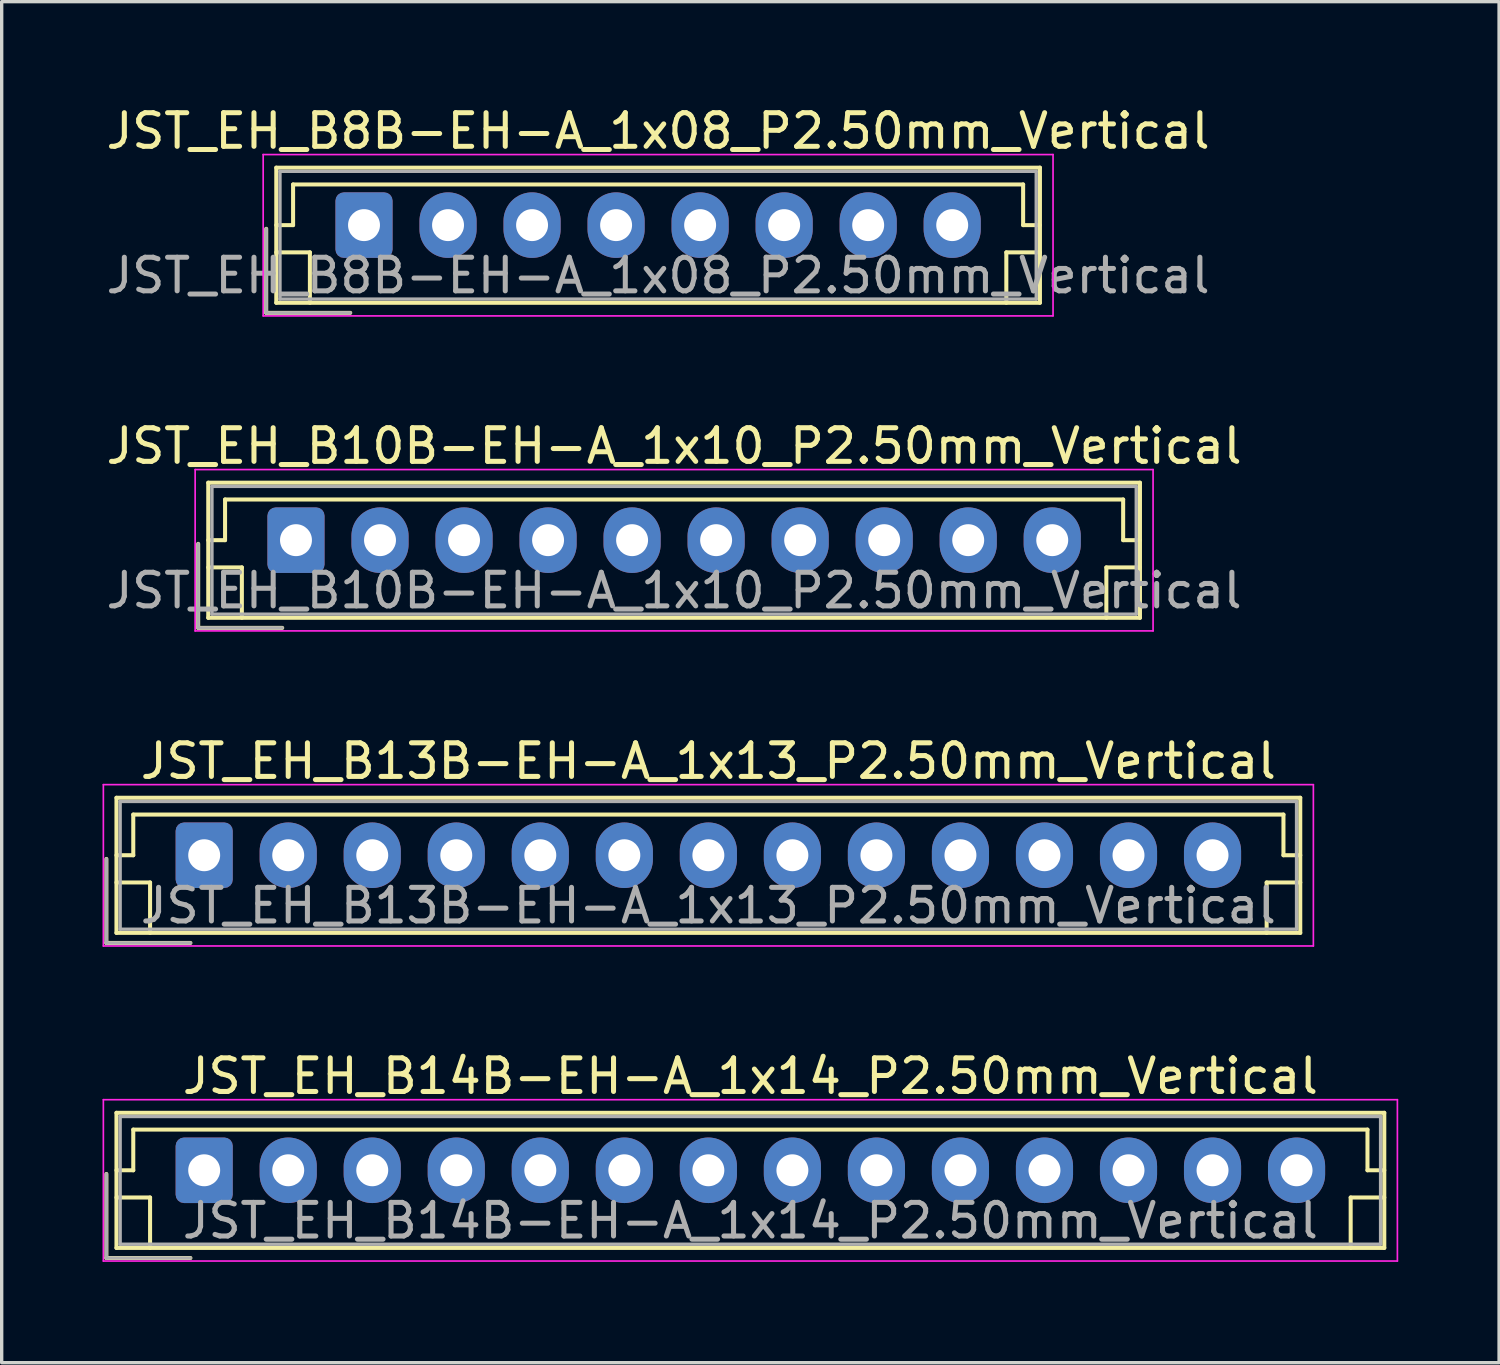
<source format=kicad_pcb>
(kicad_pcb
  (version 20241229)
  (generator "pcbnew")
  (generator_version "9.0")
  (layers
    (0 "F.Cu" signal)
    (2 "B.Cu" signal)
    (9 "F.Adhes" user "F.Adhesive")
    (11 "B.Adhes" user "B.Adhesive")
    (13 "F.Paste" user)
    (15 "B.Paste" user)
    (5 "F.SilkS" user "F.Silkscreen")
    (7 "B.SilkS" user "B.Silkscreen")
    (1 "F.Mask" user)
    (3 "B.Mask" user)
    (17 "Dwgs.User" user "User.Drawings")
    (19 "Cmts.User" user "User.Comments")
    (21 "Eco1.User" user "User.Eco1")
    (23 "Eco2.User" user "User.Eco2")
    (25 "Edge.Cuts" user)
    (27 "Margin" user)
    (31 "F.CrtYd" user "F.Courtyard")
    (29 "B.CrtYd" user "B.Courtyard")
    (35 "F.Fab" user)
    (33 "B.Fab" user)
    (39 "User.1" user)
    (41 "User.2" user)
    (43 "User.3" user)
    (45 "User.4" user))
  (footprint "JST_EH_B8B-EH-A_1x08_P2.50mm_Vertical"
    (layer "F.Cu")
    (at 7.78 3.648)
    (property "Reference" "JST_EH_B8B-EH-A_1x08_P2.50mm_Vertical" (at 8.75 -2.8 0) (layer "F.SilkS") (effects (font (size 1 1) (thickness 0.15))))
    (attr through_hole)
    (fp_line (start -2.91 0.11) (end -2.91 2.61) (stroke (width 0.12) (type solid)) (layer "F.SilkS"))
    (fp_line (start -2.91 2.61) (end -0.41 2.61) (stroke (width 0.12) (type solid)) (layer "F.SilkS"))
    (fp_line (start -2.61 -1.71) (end -2.61 2.31) (stroke (width 0.12) (type solid)) (layer "F.SilkS"))
    (fp_line (start -2.61 0) (end -2.11 0) (stroke (width 0.12) (type solid)) (layer "F.SilkS"))
    (fp_line (start -2.61 0.81) (end -1.61 0.81) (stroke (width 0.12) (type solid)) (layer "F.SilkS"))
    (fp_line (start -2.61 2.31) (end 20.11 2.31) (stroke (width 0.12) (type solid)) (layer "F.SilkS"))
    (fp_line (start -2.11 -1.21) (end 19.61 -1.21) (stroke (width 0.12) (type solid)) (layer "F.SilkS"))
    (fp_line (start -2.11 0) (end -2.11 -1.21) (stroke (width 0.12) (type solid)) (layer "F.SilkS"))
    (fp_line (start -1.61 0.81) (end -1.61 2.31) (stroke (width 0.12) (type solid)) (layer "F.SilkS"))
    (fp_line (start 19.11 0.81) (end 19.11 2.31) (stroke (width 0.12) (type solid)) (layer "F.SilkS"))
    (fp_line (start 19.61 -1.21) (end 19.61 0) (stroke (width 0.12) (type solid)) (layer "F.SilkS"))
    (fp_line (start 19.61 0) (end 20.11 0) (stroke (width 0.12) (type solid)) (layer "F.SilkS"))
    (fp_line (start 20.11 -1.71) (end -2.61 -1.71) (stroke (width 0.12) (type solid)) (layer "F.SilkS"))
    (fp_line (start 20.11 0.81) (end 19.11 0.81) (stroke (width 0.12) (type solid)) (layer "F.SilkS"))
    (fp_line (start 20.11 2.31) (end 20.11 -1.71) (stroke (width 0.12) (type solid)) (layer "F.SilkS"))
    (fp_line (start -3 -2.1) (end -3 2.7) (stroke (width 0.05) (type solid)) (layer "F.CrtYd"))
    (fp_line (start -3 2.7) (end 20.5 2.7) (stroke (width 0.05) (type solid)) (layer "F.CrtYd"))
    (fp_line (start 20.5 -2.1) (end -3 -2.1) (stroke (width 0.05) (type solid)) (layer "F.CrtYd"))
    (fp_line (start 20.5 2.7) (end 20.5 -2.1) (stroke (width 0.05) (type solid)) (layer "F.CrtYd"))
    (fp_line (start -2.91 0.11) (end -2.91 2.61) (stroke (width 0.1) (type solid)) (layer "F.Fab"))
    (fp_line (start -2.91 2.61) (end -0.41 2.61) (stroke (width 0.1) (type solid)) (layer "F.Fab"))
    (fp_line (start -2.5 -1.6) (end -2.5 2.2) (stroke (width 0.1) (type solid)) (layer "F.Fab"))
    (fp_line (start -2.5 2.2) (end 20 2.2) (stroke (width 0.1) (type solid)) (layer "F.Fab"))
    (fp_line (start 20 -1.6) (end -2.5 -1.6) (stroke (width 0.1) (type solid)) (layer "F.Fab"))
    (fp_line (start 20 2.2) (end 20 -1.6) (stroke (width 0.1) (type solid)) (layer "F.Fab"))
    (fp_text user "${REFERENCE}" (at 8.75 1.5 0) (layer "F.Fab") (effects (font (size 1 1) (thickness 0.15))))
    (pad "1" thru_hole roundrect (at 0 0) (size 1.7 1.95) (drill 0.95) (layers "*.Cu" "*.Mask") (roundrect_rratio 0.147))
    (pad "2" thru_hole oval (at 2.5 0) (size 1.7 1.95) (drill 0.95) (layers "*.Cu" "*.Mask"))
    (pad "3" thru_hole oval (at 5 0) (size 1.7 1.95) (drill 0.95) (layers "*.Cu" "*.Mask"))
    (pad "4" thru_hole oval (at 7.5 0) (size 1.7 1.95) (drill 0.95) (layers "*.Cu" "*.Mask"))
    (pad "5" thru_hole oval (at 10 0) (size 1.7 1.95) (drill 0.95) (layers "*.Cu" "*.Mask"))
    (pad "6" thru_hole oval (at 12.5 0) (size 1.7 1.95) (drill 0.95) (layers "*.Cu" "*.Mask"))
    (pad "7" thru_hole oval (at 15 0) (size 1.7 1.95) (drill 0.95) (layers "*.Cu" "*.Mask"))
    (pad "8" thru_hole oval (at 17.5 0) (size 1.7 1.95) (drill 0.95) (layers "*.Cu" "*.Mask")))
  (footprint "JST_EH_B10B-EH-A_1x10_P2.50mm_Vertical"
    (layer "F.Cu")
    (at 5.756 13.021)
    (property "Reference" "JST_EH_B10B-EH-A_1x10_P2.50mm_Vertical" (at 11.25 -2.8 0) (layer "F.SilkS") (effects (font (size 1 1) (thickness 0.15))))
    (attr through_hole)
    (fp_line (start -2.91 0.11) (end -2.91 2.61) (stroke (width 0.12) (type solid)) (layer "F.SilkS"))
    (fp_line (start -2.91 2.61) (end -0.41 2.61) (stroke (width 0.12) (type solid)) (layer "F.SilkS"))
    (fp_line (start -2.61 -1.71) (end -2.61 2.31) (stroke (width 0.12) (type solid)) (layer "F.SilkS"))
    (fp_line (start -2.61 0) (end -2.11 0) (stroke (width 0.12) (type solid)) (layer "F.SilkS"))
    (fp_line (start -2.61 0.81) (end -1.61 0.81) (stroke (width 0.12) (type solid)) (layer "F.SilkS"))
    (fp_line (start -2.61 2.31) (end 25.11 2.31) (stroke (width 0.12) (type solid)) (layer "F.SilkS"))
    (fp_line (start -2.11 -1.21) (end 24.61 -1.21) (stroke (width 0.12) (type solid)) (layer "F.SilkS"))
    (fp_line (start -2.11 0) (end -2.11 -1.21) (stroke (width 0.12) (type solid)) (layer "F.SilkS"))
    (fp_line (start -1.61 0.81) (end -1.61 2.31) (stroke (width 0.12) (type solid)) (layer "F.SilkS"))
    (fp_line (start 24.11 0.81) (end 24.11 2.31) (stroke (width 0.12) (type solid)) (layer "F.SilkS"))
    (fp_line (start 24.61 -1.21) (end 24.61 0) (stroke (width 0.12) (type solid)) (layer "F.SilkS"))
    (fp_line (start 24.61 0) (end 25.11 0) (stroke (width 0.12) (type solid)) (layer "F.SilkS"))
    (fp_line (start 25.11 -1.71) (end -2.61 -1.71) (stroke (width 0.12) (type solid)) (layer "F.SilkS"))
    (fp_line (start 25.11 0.81) (end 24.11 0.81) (stroke (width 0.12) (type solid)) (layer "F.SilkS"))
    (fp_line (start 25.11 2.31) (end 25.11 -1.71) (stroke (width 0.12) (type solid)) (layer "F.SilkS"))
    (fp_line (start -3 -2.1) (end -3 2.7) (stroke (width 0.05) (type solid)) (layer "F.CrtYd"))
    (fp_line (start -3 2.7) (end 25.5 2.7) (stroke (width 0.05) (type solid)) (layer "F.CrtYd"))
    (fp_line (start 25.5 -2.1) (end -3 -2.1) (stroke (width 0.05) (type solid)) (layer "F.CrtYd"))
    (fp_line (start 25.5 2.7) (end 25.5 -2.1) (stroke (width 0.05) (type solid)) (layer "F.CrtYd"))
    (fp_line (start -2.91 0.11) (end -2.91 2.61) (stroke (width 0.1) (type solid)) (layer "F.Fab"))
    (fp_line (start -2.91 2.61) (end -0.41 2.61) (stroke (width 0.1) (type solid)) (layer "F.Fab"))
    (fp_line (start -2.5 -1.6) (end -2.5 2.2) (stroke (width 0.1) (type solid)) (layer "F.Fab"))
    (fp_line (start -2.5 2.2) (end 25 2.2) (stroke (width 0.1) (type solid)) (layer "F.Fab"))
    (fp_line (start 25 -1.6) (end -2.5 -1.6) (stroke (width 0.1) (type solid)) (layer "F.Fab"))
    (fp_line (start 25 2.2) (end 25 -1.6) (stroke (width 0.1) (type solid)) (layer "F.Fab"))
    (fp_text user "${REFERENCE}" (at 11.25 1.5 0) (layer "F.Fab") (effects (font (size 1 1) (thickness 0.15))))
    (pad "1" thru_hole roundrect (at 0 0) (size 1.7 1.95) (drill 0.95) (layers "*.Cu" "*.Mask") (roundrect_rratio 0.147))
    (pad "2" thru_hole oval (at 2.5 0) (size 1.7 1.95) (drill 0.95) (layers "*.Cu" "*.Mask"))
    (pad "3" thru_hole oval (at 5 0) (size 1.7 1.95) (drill 0.95) (layers "*.Cu" "*.Mask"))
    (pad "4" thru_hole oval (at 7.5 0) (size 1.7 1.95) (drill 0.95) (layers "*.Cu" "*.Mask"))
    (pad "5" thru_hole oval (at 10 0) (size 1.7 1.95) (drill 0.95) (layers "*.Cu" "*.Mask"))
    (pad "6" thru_hole oval (at 12.5 0) (size 1.7 1.95) (drill 0.95) (layers "*.Cu" "*.Mask"))
    (pad "7" thru_hole oval (at 15 0) (size 1.7 1.95) (drill 0.95) (layers "*.Cu" "*.Mask"))
    (pad "8" thru_hole oval (at 17.5 0) (size 1.7 1.95) (drill 0.95) (layers "*.Cu" "*.Mask"))
    (pad "9" thru_hole oval (at 20 0) (size 1.7 1.95) (drill 0.95) (layers "*.Cu" "*.Mask"))
    (pad "10" thru_hole oval (at 22.5 0) (size 1.7 1.95) (drill 0.95) (layers "*.Cu" "*.Mask")))
  (footprint "JST_EH_B14B-EH-A_1x14_P2.50mm_Vertical"
    (layer "F.Cu")
    (at 3.025 31.768)
    (property "Reference" "JST_EH_B14B-EH-A_1x14_P2.50mm_Vertical" (at 16.25 -2.8 0) (layer "F.SilkS") (effects (font (size 1 1) (thickness 0.15))))
    (attr through_hole)
    (fp_line (start -2.91 0.11) (end -2.91 2.61) (stroke (width 0.12) (type solid)) (layer "F.SilkS"))
    (fp_line (start -2.91 2.61) (end -0.41 2.61) (stroke (width 0.12) (type solid)) (layer "F.SilkS"))
    (fp_line (start -2.61 -1.71) (end -2.61 2.31) (stroke (width 0.12) (type solid)) (layer "F.SilkS"))
    (fp_line (start -2.61 0) (end -2.11 0) (stroke (width 0.12) (type solid)) (layer "F.SilkS"))
    (fp_line (start -2.61 0.81) (end -1.61 0.81) (stroke (width 0.12) (type solid)) (layer "F.SilkS"))
    (fp_line (start -2.61 2.31) (end 35.11 2.31) (stroke (width 0.12) (type solid)) (layer "F.SilkS"))
    (fp_line (start -2.11 -1.21) (end 34.61 -1.21) (stroke (width 0.12) (type solid)) (layer "F.SilkS"))
    (fp_line (start -2.11 0) (end -2.11 -1.21) (stroke (width 0.12) (type solid)) (layer "F.SilkS"))
    (fp_line (start -1.61 0.81) (end -1.61 2.31) (stroke (width 0.12) (type solid)) (layer "F.SilkS"))
    (fp_line (start 34.11 0.81) (end 34.11 2.31) (stroke (width 0.12) (type solid)) (layer "F.SilkS"))
    (fp_line (start 34.61 -1.21) (end 34.61 0) (stroke (width 0.12) (type solid)) (layer "F.SilkS"))
    (fp_line (start 34.61 0) (end 35.11 0) (stroke (width 0.12) (type solid)) (layer "F.SilkS"))
    (fp_line (start 35.11 -1.71) (end -2.61 -1.71) (stroke (width 0.12) (type solid)) (layer "F.SilkS"))
    (fp_line (start 35.11 0.81) (end 34.11 0.81) (stroke (width 0.12) (type solid)) (layer "F.SilkS"))
    (fp_line (start 35.11 2.31) (end 35.11 -1.71) (stroke (width 0.12) (type solid)) (layer "F.SilkS"))
    (fp_line (start -3 -2.1) (end -3 2.7) (stroke (width 0.05) (type solid)) (layer "F.CrtYd"))
    (fp_line (start -3 2.7) (end 35.5 2.7) (stroke (width 0.05) (type solid)) (layer "F.CrtYd"))
    (fp_line (start 35.5 -2.1) (end -3 -2.1) (stroke (width 0.05) (type solid)) (layer "F.CrtYd"))
    (fp_line (start 35.5 2.7) (end 35.5 -2.1) (stroke (width 0.05) (type solid)) (layer "F.CrtYd"))
    (fp_line (start -2.91 0.11) (end -2.91 2.61) (stroke (width 0.1) (type solid)) (layer "F.Fab"))
    (fp_line (start -2.91 2.61) (end -0.41 2.61) (stroke (width 0.1) (type solid)) (layer "F.Fab"))
    (fp_line (start -2.5 -1.6) (end -2.5 2.2) (stroke (width 0.1) (type solid)) (layer "F.Fab"))
    (fp_line (start -2.5 2.2) (end 35 2.2) (stroke (width 0.1) (type solid)) (layer "F.Fab"))
    (fp_line (start 35 -1.6) (end -2.5 -1.6) (stroke (width 0.1) (type solid)) (layer "F.Fab"))
    (fp_line (start 35 2.2) (end 35 -1.6) (stroke (width 0.1) (type solid)) (layer "F.Fab"))
    (fp_text user "${REFERENCE}" (at 16.25 1.5 0) (layer "F.Fab") (effects (font (size 1 1) (thickness 0.15))))
    (pad "1" thru_hole roundrect (at 0 0) (size 1.7 1.95) (drill 0.95) (layers "*.Cu" "*.Mask") (roundrect_rratio 0.147))
    (pad "2" thru_hole oval (at 2.5 0) (size 1.7 1.95) (drill 0.95) (layers "*.Cu" "*.Mask"))
    (pad "3" thru_hole oval (at 5 0) (size 1.7 1.95) (drill 0.95) (layers "*.Cu" "*.Mask"))
    (pad "4" thru_hole oval (at 7.5 0) (size 1.7 1.95) (drill 0.95) (layers "*.Cu" "*.Mask"))
    (pad "5" thru_hole oval (at 10 0) (size 1.7 1.95) (drill 0.95) (layers "*.Cu" "*.Mask"))
    (pad "6" thru_hole oval (at 12.5 0) (size 1.7 1.95) (drill 0.95) (layers "*.Cu" "*.Mask"))
    (pad "7" thru_hole oval (at 15 0) (size 1.7 1.95) (drill 0.95) (layers "*.Cu" "*.Mask"))
    (pad "8" thru_hole oval (at 17.5 0) (size 1.7 1.95) (drill 0.95) (layers "*.Cu" "*.Mask"))
    (pad "9" thru_hole oval (at 20 0) (size 1.7 1.95) (drill 0.95) (layers "*.Cu" "*.Mask"))
    (pad "10" thru_hole oval (at 22.5 0) (size 1.7 1.95) (drill 0.95) (layers "*.Cu" "*.Mask"))
    (pad "11" thru_hole oval (at 25 0) (size 1.7 1.95) (drill 0.95) (layers "*.Cu" "*.Mask"))
    (pad "12" thru_hole oval (at 27.5 0) (size 1.7 1.95) (drill 0.95) (layers "*.Cu" "*.Mask"))
    (pad "13" thru_hole oval (at 30 0) (size 1.7 1.95) (drill 0.95) (layers "*.Cu" "*.Mask"))
    (pad "14" thru_hole oval (at 32.5 0) (size 1.7 1.95) (drill 0.95) (layers "*.Cu" "*.Mask")))
  (footprint "JST_EH_B13B-EH-A_1x13_P2.50mm_Vertical"
    (layer "F.Cu")
    (at 3.025 22.395)
    (property "Reference" "JST_EH_B13B-EH-A_1x13_P2.50mm_Vertical" (at 15 -2.8 0) (layer "F.SilkS") (effects (font (size 1 1) (thickness 0.15))))
    (attr through_hole)
    (fp_line (start -2.91 0.11) (end -2.91 2.61) (stroke (width 0.12) (type solid)) (layer "F.SilkS"))
    (fp_line (start -2.91 2.61) (end -0.41 2.61) (stroke (width 0.12) (type solid)) (layer "F.SilkS"))
    (fp_line (start -2.61 -1.71) (end -2.61 2.31) (stroke (width 0.12) (type solid)) (layer "F.SilkS"))
    (fp_line (start -2.61 0) (end -2.11 0) (stroke (width 0.12) (type solid)) (layer "F.SilkS"))
    (fp_line (start -2.61 0.81) (end -1.61 0.81) (stroke (width 0.12) (type solid)) (layer "F.SilkS"))
    (fp_line (start -2.61 2.31) (end 32.61 2.31) (stroke (width 0.12) (type solid)) (layer "F.SilkS"))
    (fp_line (start -2.11 -1.21) (end 32.11 -1.21) (stroke (width 0.12) (type solid)) (layer "F.SilkS"))
    (fp_line (start -2.11 0) (end -2.11 -1.21) (stroke (width 0.12) (type solid)) (layer "F.SilkS"))
    (fp_line (start -1.61 0.81) (end -1.61 2.31) (stroke (width 0.12) (type solid)) (layer "F.SilkS"))
    (fp_line (start 31.61 0.81) (end 31.61 2.31) (stroke (width 0.12) (type solid)) (layer "F.SilkS"))
    (fp_line (start 32.11 -1.21) (end 32.11 0) (stroke (width 0.12) (type solid)) (layer "F.SilkS"))
    (fp_line (start 32.11 0) (end 32.61 0) (stroke (width 0.12) (type solid)) (layer "F.SilkS"))
    (fp_line (start 32.61 -1.71) (end -2.61 -1.71) (stroke (width 0.12) (type solid)) (layer "F.SilkS"))
    (fp_line (start 32.61 0.81) (end 31.61 0.81) (stroke (width 0.12) (type solid)) (layer "F.SilkS"))
    (fp_line (start 32.61 2.31) (end 32.61 -1.71) (stroke (width 0.12) (type solid)) (layer "F.SilkS"))
    (fp_line (start -3 -2.1) (end -3 2.7) (stroke (width 0.05) (type solid)) (layer "F.CrtYd"))
    (fp_line (start -3 2.7) (end 33 2.7) (stroke (width 0.05) (type solid)) (layer "F.CrtYd"))
    (fp_line (start 33 -2.1) (end -3 -2.1) (stroke (width 0.05) (type solid)) (layer "F.CrtYd"))
    (fp_line (start 33 2.7) (end 33 -2.1) (stroke (width 0.05) (type solid)) (layer "F.CrtYd"))
    (fp_line (start -2.91 0.11) (end -2.91 2.61) (stroke (width 0.1) (type solid)) (layer "F.Fab"))
    (fp_line (start -2.91 2.61) (end -0.41 2.61) (stroke (width 0.1) (type solid)) (layer "F.Fab"))
    (fp_line (start -2.5 -1.6) (end -2.5 2.2) (stroke (width 0.1) (type solid)) (layer "F.Fab"))
    (fp_line (start -2.5 2.2) (end 32.5 2.2) (stroke (width 0.1) (type solid)) (layer "F.Fab"))
    (fp_line (start 32.5 -1.6) (end -2.5 -1.6) (stroke (width 0.1) (type solid)) (layer "F.Fab"))
    (fp_line (start 32.5 2.2) (end 32.5 -1.6) (stroke (width 0.1) (type solid)) (layer "F.Fab"))
    (fp_text user "${REFERENCE}" (at 15 1.5 0) (layer "F.Fab") (effects (font (size 1 1) (thickness 0.15))))
    (pad "1" thru_hole roundrect (at 0 0) (size 1.7 1.95) (drill 0.95) (layers "*.Cu" "*.Mask") (roundrect_rratio 0.147))
    (pad "2" thru_hole oval (at 2.5 0) (size 1.7 1.95) (drill 0.95) (layers "*.Cu" "*.Mask"))
    (pad "3" thru_hole oval (at 5 0) (size 1.7 1.95) (drill 0.95) (layers "*.Cu" "*.Mask"))
    (pad "4" thru_hole oval (at 7.5 0) (size 1.7 1.95) (drill 0.95) (layers "*.Cu" "*.Mask"))
    (pad "5" thru_hole oval (at 10 0) (size 1.7 1.95) (drill 0.95) (layers "*.Cu" "*.Mask"))
    (pad "6" thru_hole oval (at 12.5 0) (size 1.7 1.95) (drill 0.95) (layers "*.Cu" "*.Mask"))
    (pad "7" thru_hole oval (at 15 0) (size 1.7 1.95) (drill 0.95) (layers "*.Cu" "*.Mask"))
    (pad "8" thru_hole oval (at 17.5 0) (size 1.7 1.95) (drill 0.95) (layers "*.Cu" "*.Mask"))
    (pad "9" thru_hole oval (at 20 0) (size 1.7 1.95) (drill 0.95) (layers "*.Cu" "*.Mask"))
    (pad "10" thru_hole oval (at 22.5 0) (size 1.7 1.95) (drill 0.95) (layers "*.Cu" "*.Mask"))
    (pad "11" thru_hole oval (at 25 0) (size 1.7 1.95) (drill 0.95) (layers "*.Cu" "*.Mask"))
    (pad "12" thru_hole oval (at 27.5 0) (size 1.7 1.95) (drill 0.95) (layers "*.Cu" "*.Mask"))
    (pad "13" thru_hole oval (at 30 0) (size 1.7 1.95) (drill 0.95) (layers "*.Cu" "*.Mask")))
  (gr_rect
    (start -3 -3)
    (end 41.55 37.493)
    (stroke (width 0.1) (type default))
    (fill no)
    (layer "Edge.Cuts")))
</source>
